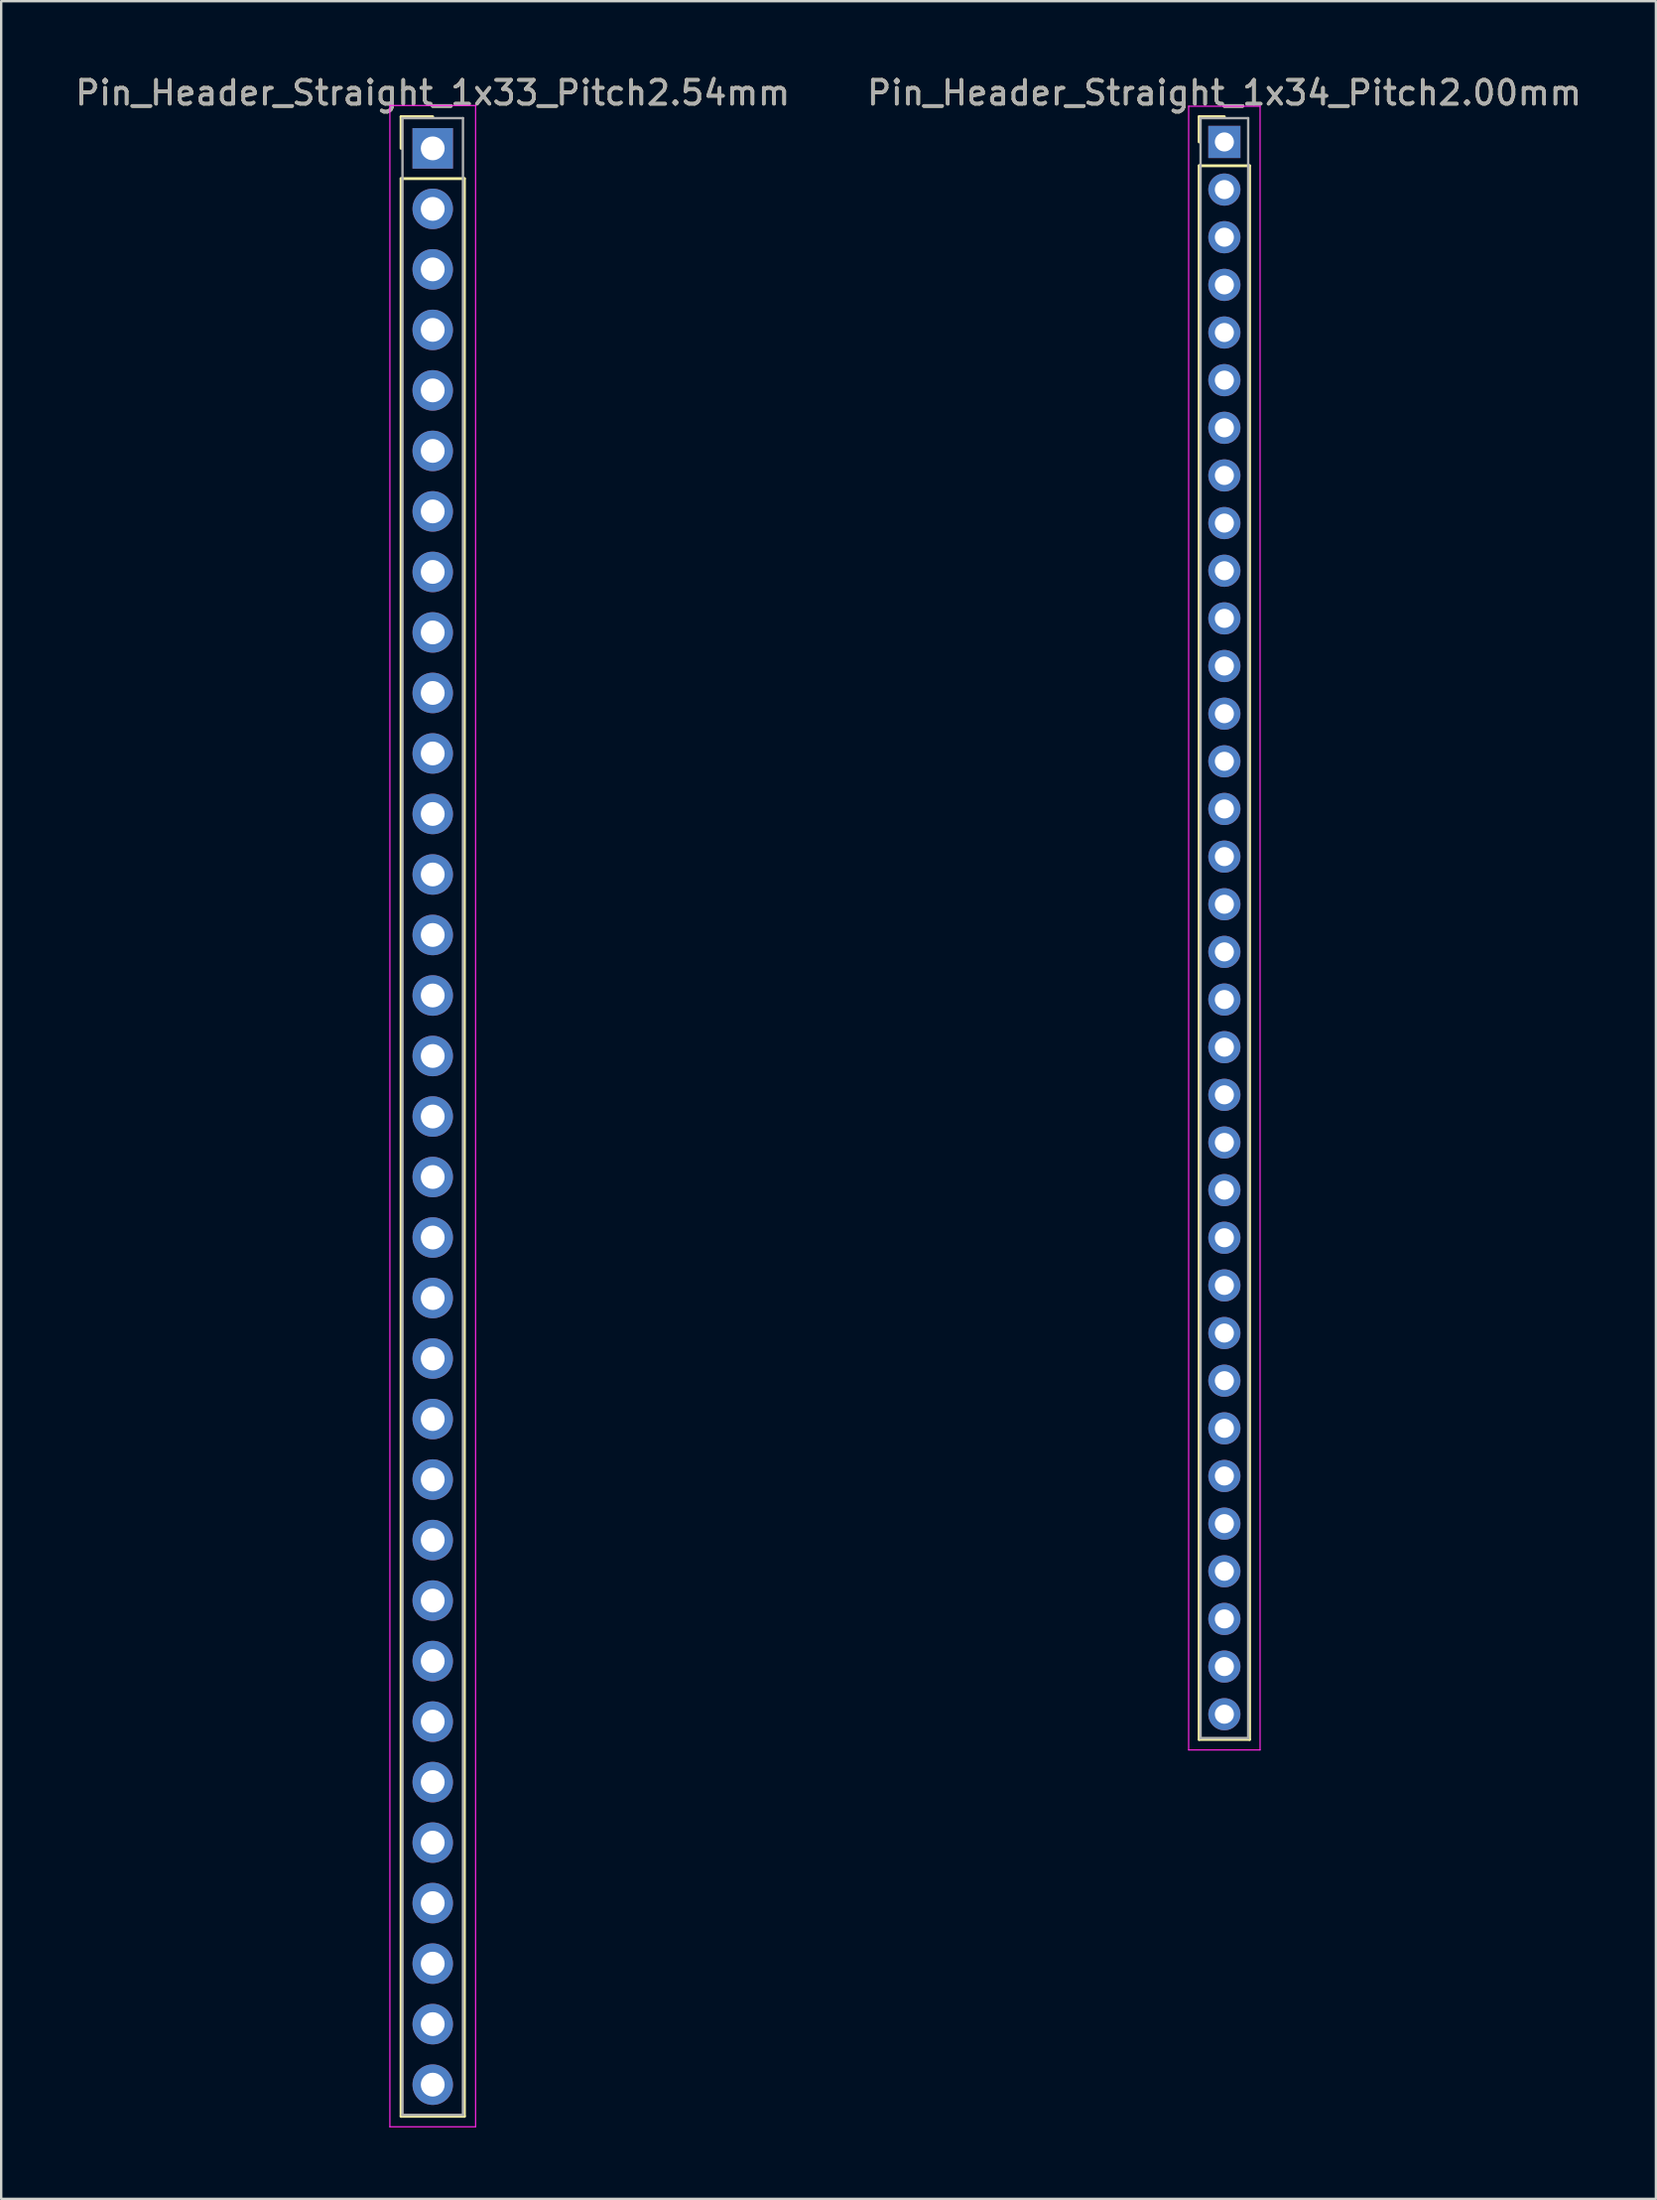
<source format=kicad_pcb>
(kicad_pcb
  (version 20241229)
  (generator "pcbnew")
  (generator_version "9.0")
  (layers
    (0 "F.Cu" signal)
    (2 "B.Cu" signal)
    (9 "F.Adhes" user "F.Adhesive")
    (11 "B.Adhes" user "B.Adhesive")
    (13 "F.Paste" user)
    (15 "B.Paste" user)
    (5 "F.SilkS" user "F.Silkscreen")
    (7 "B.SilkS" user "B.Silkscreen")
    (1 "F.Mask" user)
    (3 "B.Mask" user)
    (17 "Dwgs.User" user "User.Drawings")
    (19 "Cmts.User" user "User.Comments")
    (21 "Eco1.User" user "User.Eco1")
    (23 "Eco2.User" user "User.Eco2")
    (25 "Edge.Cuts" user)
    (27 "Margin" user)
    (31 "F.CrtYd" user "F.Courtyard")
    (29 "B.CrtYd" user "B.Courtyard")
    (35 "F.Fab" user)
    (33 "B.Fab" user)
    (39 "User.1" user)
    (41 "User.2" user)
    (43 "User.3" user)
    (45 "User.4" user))
  (footprint "Pin_Header_Straight_1x34_Pitch2.00mm"
    (layer "F.Cu")
    (at 48.375 2.908)
    (property "Reference" "Pin_Header_Straight_1x34_Pitch2.00mm" (at 0 -2.06 0) (layer "F.SilkS") (effects (font (size 1 1) (thickness 0.15))))
    (attr through_hole)
    (fp_line (start -1.06 -1.06) (end 0 -1.06) (stroke (width 0.12) (type solid)) (layer "F.SilkS"))
    (fp_line (start -1.06 0) (end -1.06 -1.06) (stroke (width 0.12) (type solid)) (layer "F.SilkS"))
    (fp_line (start -1.06 1) (end -1.06 67.06) (stroke (width 0.12) (type solid)) (layer "F.SilkS"))
    (fp_line (start -1.06 67.06) (end 1.06 67.06) (stroke (width 0.12) (type solid)) (layer "F.SilkS"))
    (fp_line (start 1.06 1) (end -1.06 1) (stroke (width 0.12) (type solid)) (layer "F.SilkS"))
    (fp_line (start 1.06 67.06) (end 1.06 1) (stroke (width 0.12) (type solid)) (layer "F.SilkS"))
    (fp_line (start -1.5 -1.5) (end -1.5 67.5) (stroke (width 0.05) (type solid)) (layer "F.CrtYd"))
    (fp_line (start -1.5 67.5) (end 1.5 67.5) (stroke (width 0.05) (type solid)) (layer "F.CrtYd"))
    (fp_line (start 1.5 -1.5) (end -1.5 -1.5) (stroke (width 0.05) (type solid)) (layer "F.CrtYd"))
    (fp_line (start 1.5 67.5) (end 1.5 -1.5) (stroke (width 0.05) (type solid)) (layer "F.CrtYd"))
    (fp_line (start -1 -1) (end -1 67) (stroke (width 0.1) (type solid)) (layer "F.Fab"))
    (fp_line (start -1 67) (end 1 67) (stroke (width 0.1) (type solid)) (layer "F.Fab"))
    (fp_line (start 1 -1) (end -1 -1) (stroke (width 0.1) (type solid)) (layer "F.Fab"))
    (fp_line (start 1 67) (end 1 -1) (stroke (width 0.1) (type solid)) (layer "F.Fab"))
    (fp_text user "${REFERENCE}" (at 0 -2.06 0) (layer "F.Fab") (effects (font (size 1 1) (thickness 0.15))))
    (pad "1" thru_hole rect (at 0 0) (size 1.35 1.35) (drill 0.8) (layers "*.Cu" "*.Mask"))
    (pad "2" thru_hole oval (at 0 2) (size 1.35 1.35) (drill 0.8) (layers "*.Cu" "*.Mask"))
    (pad "3" thru_hole oval (at 0 4) (size 1.35 1.35) (drill 0.8) (layers "*.Cu" "*.Mask"))
    (pad "4" thru_hole oval (at 0 6) (size 1.35 1.35) (drill 0.8) (layers "*.Cu" "*.Mask"))
    (pad "5" thru_hole oval (at 0 8) (size 1.35 1.35) (drill 0.8) (layers "*.Cu" "*.Mask"))
    (pad "6" thru_hole oval (at 0 10) (size 1.35 1.35) (drill 0.8) (layers "*.Cu" "*.Mask"))
    (pad "7" thru_hole oval (at 0 12) (size 1.35 1.35) (drill 0.8) (layers "*.Cu" "*.Mask"))
    (pad "8" thru_hole oval (at 0 14) (size 1.35 1.35) (drill 0.8) (layers "*.Cu" "*.Mask"))
    (pad "9" thru_hole oval (at 0 16) (size 1.35 1.35) (drill 0.8) (layers "*.Cu" "*.Mask"))
    (pad "10" thru_hole oval (at 0 18) (size 1.35 1.35) (drill 0.8) (layers "*.Cu" "*.Mask"))
    (pad "11" thru_hole oval (at 0 20) (size 1.35 1.35) (drill 0.8) (layers "*.Cu" "*.Mask"))
    (pad "12" thru_hole oval (at 0 22) (size 1.35 1.35) (drill 0.8) (layers "*.Cu" "*.Mask"))
    (pad "13" thru_hole oval (at 0 24) (size 1.35 1.35) (drill 0.8) (layers "*.Cu" "*.Mask"))
    (pad "14" thru_hole oval (at 0 26) (size 1.35 1.35) (drill 0.8) (layers "*.Cu" "*.Mask"))
    (pad "15" thru_hole oval (at 0 28) (size 1.35 1.35) (drill 0.8) (layers "*.Cu" "*.Mask"))
    (pad "16" thru_hole oval (at 0 30) (size 1.35 1.35) (drill 0.8) (layers "*.Cu" "*.Mask"))
    (pad "17" thru_hole oval (at 0 32) (size 1.35 1.35) (drill 0.8) (layers "*.Cu" "*.Mask"))
    (pad "18" thru_hole oval (at 0 34) (size 1.35 1.35) (drill 0.8) (layers "*.Cu" "*.Mask"))
    (pad "19" thru_hole oval (at 0 36) (size 1.35 1.35) (drill 0.8) (layers "*.Cu" "*.Mask"))
    (pad "20" thru_hole oval (at 0 38) (size 1.35 1.35) (drill 0.8) (layers "*.Cu" "*.Mask"))
    (pad "21" thru_hole oval (at 0 40) (size 1.35 1.35) (drill 0.8) (layers "*.Cu" "*.Mask"))
    (pad "22" thru_hole oval (at 0 42) (size 1.35 1.35) (drill 0.8) (layers "*.Cu" "*.Mask"))
    (pad "23" thru_hole oval (at 0 44) (size 1.35 1.35) (drill 0.8) (layers "*.Cu" "*.Mask"))
    (pad "24" thru_hole oval (at 0 46) (size 1.35 1.35) (drill 0.8) (layers "*.Cu" "*.Mask"))
    (pad "25" thru_hole oval (at 0 48) (size 1.35 1.35) (drill 0.8) (layers "*.Cu" "*.Mask"))
    (pad "26" thru_hole oval (at 0 50) (size 1.35 1.35) (drill 0.8) (layers "*.Cu" "*.Mask"))
    (pad "27" thru_hole oval (at 0 52) (size 1.35 1.35) (drill 0.8) (layers "*.Cu" "*.Mask"))
    (pad "28" thru_hole oval (at 0 54) (size 1.35 1.35) (drill 0.8) (layers "*.Cu" "*.Mask"))
    (pad "29" thru_hole oval (at 0 56) (size 1.35 1.35) (drill 0.8) (layers "*.Cu" "*.Mask"))
    (pad "30" thru_hole oval (at 0 58) (size 1.35 1.35) (drill 0.8) (layers "*.Cu" "*.Mask"))
    (pad "31" thru_hole oval (at 0 60) (size 1.35 1.35) (drill 0.8) (layers "*.Cu" "*.Mask"))
    (pad "32" thru_hole oval (at 0 62) (size 1.35 1.35) (drill 0.8) (layers "*.Cu" "*.Mask"))
    (pad "33" thru_hole oval (at 0 64) (size 1.35 1.35) (drill 0.8) (layers "*.Cu" "*.Mask"))
    (pad "34" thru_hole oval (at 0 66) (size 1.35 1.35) (drill 0.8) (layers "*.Cu" "*.Mask")))
  (footprint "Pin_Header_Straight_1x33_Pitch2.54mm"
    (layer "F.Cu")
    (at 15.125 3.178)
    (property "Reference" "Pin_Header_Straight_1x33_Pitch2.54mm" (at 0 -2.33 0) (layer "F.SilkS") (effects (font (size 1 1) (thickness 0.15))))
    (attr through_hole)
    (fp_line (start -1.33 -1.33) (end 0 -1.33) (stroke (width 0.12) (type solid)) (layer "F.SilkS"))
    (fp_line (start -1.33 0) (end -1.33 -1.33) (stroke (width 0.12) (type solid)) (layer "F.SilkS"))
    (fp_line (start -1.33 1.27) (end -1.33 82.61) (stroke (width 0.12) (type solid)) (layer "F.SilkS"))
    (fp_line (start -1.33 82.61) (end 1.33 82.61) (stroke (width 0.12) (type solid)) (layer "F.SilkS"))
    (fp_line (start 1.33 1.27) (end -1.33 1.27) (stroke (width 0.12) (type solid)) (layer "F.SilkS"))
    (fp_line (start 1.33 82.61) (end 1.33 1.27) (stroke (width 0.12) (type solid)) (layer "F.SilkS"))
    (fp_line (start -1.8 -1.8) (end -1.8 83.05) (stroke (width 0.05) (type solid)) (layer "F.CrtYd"))
    (fp_line (start -1.8 83.05) (end 1.8 83.05) (stroke (width 0.05) (type solid)) (layer "F.CrtYd"))
    (fp_line (start 1.8 -1.8) (end -1.8 -1.8) (stroke (width 0.05) (type solid)) (layer "F.CrtYd"))
    (fp_line (start 1.8 83.05) (end 1.8 -1.8) (stroke (width 0.05) (type solid)) (layer "F.CrtYd"))
    (fp_line (start -1.27 -1.27) (end -1.27 82.55) (stroke (width 0.1) (type solid)) (layer "F.Fab"))
    (fp_line (start -1.27 82.55) (end 1.27 82.55) (stroke (width 0.1) (type solid)) (layer "F.Fab"))
    (fp_line (start 1.27 -1.27) (end -1.27 -1.27) (stroke (width 0.1) (type solid)) (layer "F.Fab"))
    (fp_line (start 1.27 82.55) (end 1.27 -1.27) (stroke (width 0.1) (type solid)) (layer "F.Fab"))
    (fp_text user "${REFERENCE}" (at 0 -2.33 0) (layer "F.Fab") (effects (font (size 1 1) (thickness 0.15))))
    (pad "1" thru_hole rect (at 0 0) (size 1.7 1.7) (drill 1) (layers "*.Cu" "*.Mask"))
    (pad "2" thru_hole oval (at 0 2.54) (size 1.7 1.7) (drill 1) (layers "*.Cu" "*.Mask"))
    (pad "3" thru_hole oval (at 0 5.08) (size 1.7 1.7) (drill 1) (layers "*.Cu" "*.Mask"))
    (pad "4" thru_hole oval (at 0 7.62) (size 1.7 1.7) (drill 1) (layers "*.Cu" "*.Mask"))
    (pad "5" thru_hole oval (at 0 10.16) (size 1.7 1.7) (drill 1) (layers "*.Cu" "*.Mask"))
    (pad "6" thru_hole oval (at 0 12.7) (size 1.7 1.7) (drill 1) (layers "*.Cu" "*.Mask"))
    (pad "7" thru_hole oval (at 0 15.24) (size 1.7 1.7) (drill 1) (layers "*.Cu" "*.Mask"))
    (pad "8" thru_hole oval (at 0 17.78) (size 1.7 1.7) (drill 1) (layers "*.Cu" "*.Mask"))
    (pad "9" thru_hole oval (at 0 20.32) (size 1.7 1.7) (drill 1) (layers "*.Cu" "*.Mask"))
    (pad "10" thru_hole oval (at 0 22.86) (size 1.7 1.7) (drill 1) (layers "*.Cu" "*.Mask"))
    (pad "11" thru_hole oval (at 0 25.4) (size 1.7 1.7) (drill 1) (layers "*.Cu" "*.Mask"))
    (pad "12" thru_hole oval (at 0 27.94) (size 1.7 1.7) (drill 1) (layers "*.Cu" "*.Mask"))
    (pad "13" thru_hole oval (at 0 30.48) (size 1.7 1.7) (drill 1) (layers "*.Cu" "*.Mask"))
    (pad "14" thru_hole oval (at 0 33.02) (size 1.7 1.7) (drill 1) (layers "*.Cu" "*.Mask"))
    (pad "15" thru_hole oval (at 0 35.56) (size 1.7 1.7) (drill 1) (layers "*.Cu" "*.Mask"))
    (pad "16" thru_hole oval (at 0 38.1) (size 1.7 1.7) (drill 1) (layers "*.Cu" "*.Mask"))
    (pad "17" thru_hole oval (at 0 40.64) (size 1.7 1.7) (drill 1) (layers "*.Cu" "*.Mask"))
    (pad "18" thru_hole oval (at 0 43.18) (size 1.7 1.7) (drill 1) (layers "*.Cu" "*.Mask"))
    (pad "19" thru_hole oval (at 0 45.72) (size 1.7 1.7) (drill 1) (layers "*.Cu" "*.Mask"))
    (pad "20" thru_hole oval (at 0 48.26) (size 1.7 1.7) (drill 1) (layers "*.Cu" "*.Mask"))
    (pad "21" thru_hole oval (at 0 50.8) (size 1.7 1.7) (drill 1) (layers "*.Cu" "*.Mask"))
    (pad "22" thru_hole oval (at 0 53.34) (size 1.7 1.7) (drill 1) (layers "*.Cu" "*.Mask"))
    (pad "23" thru_hole oval (at 0 55.88) (size 1.7 1.7) (drill 1) (layers "*.Cu" "*.Mask"))
    (pad "24" thru_hole oval (at 0 58.42) (size 1.7 1.7) (drill 1) (layers "*.Cu" "*.Mask"))
    (pad "25" thru_hole oval (at 0 60.96) (size 1.7 1.7) (drill 1) (layers "*.Cu" "*.Mask"))
    (pad "26" thru_hole oval (at 0 63.5) (size 1.7 1.7) (drill 1) (layers "*.Cu" "*.Mask"))
    (pad "27" thru_hole oval (at 0 66.04) (size 1.7 1.7) (drill 1) (layers "*.Cu" "*.Mask"))
    (pad "28" thru_hole oval (at 0 68.58) (size 1.7 1.7) (drill 1) (layers "*.Cu" "*.Mask"))
    (pad "29" thru_hole oval (at 0 71.12) (size 1.7 1.7) (drill 1) (layers "*.Cu" "*.Mask"))
    (pad "30" thru_hole oval (at 0 73.66) (size 1.7 1.7) (drill 1) (layers "*.Cu" "*.Mask"))
    (pad "31" thru_hole oval (at 0 76.2) (size 1.7 1.7) (drill 1) (layers "*.Cu" "*.Mask"))
    (pad "32" thru_hole oval (at 0 78.74) (size 1.7 1.7) (drill 1) (layers "*.Cu" "*.Mask"))
    (pad "33" thru_hole oval (at 0 81.28) (size 1.7 1.7) (drill 1) (layers "*.Cu" "*.Mask")))
  (gr_rect
    (start -3 -3)
    (end 66.5 89.253)
    (stroke (width 0.1) (type default))
    (fill no)
    (layer "Edge.Cuts")))
</source>
